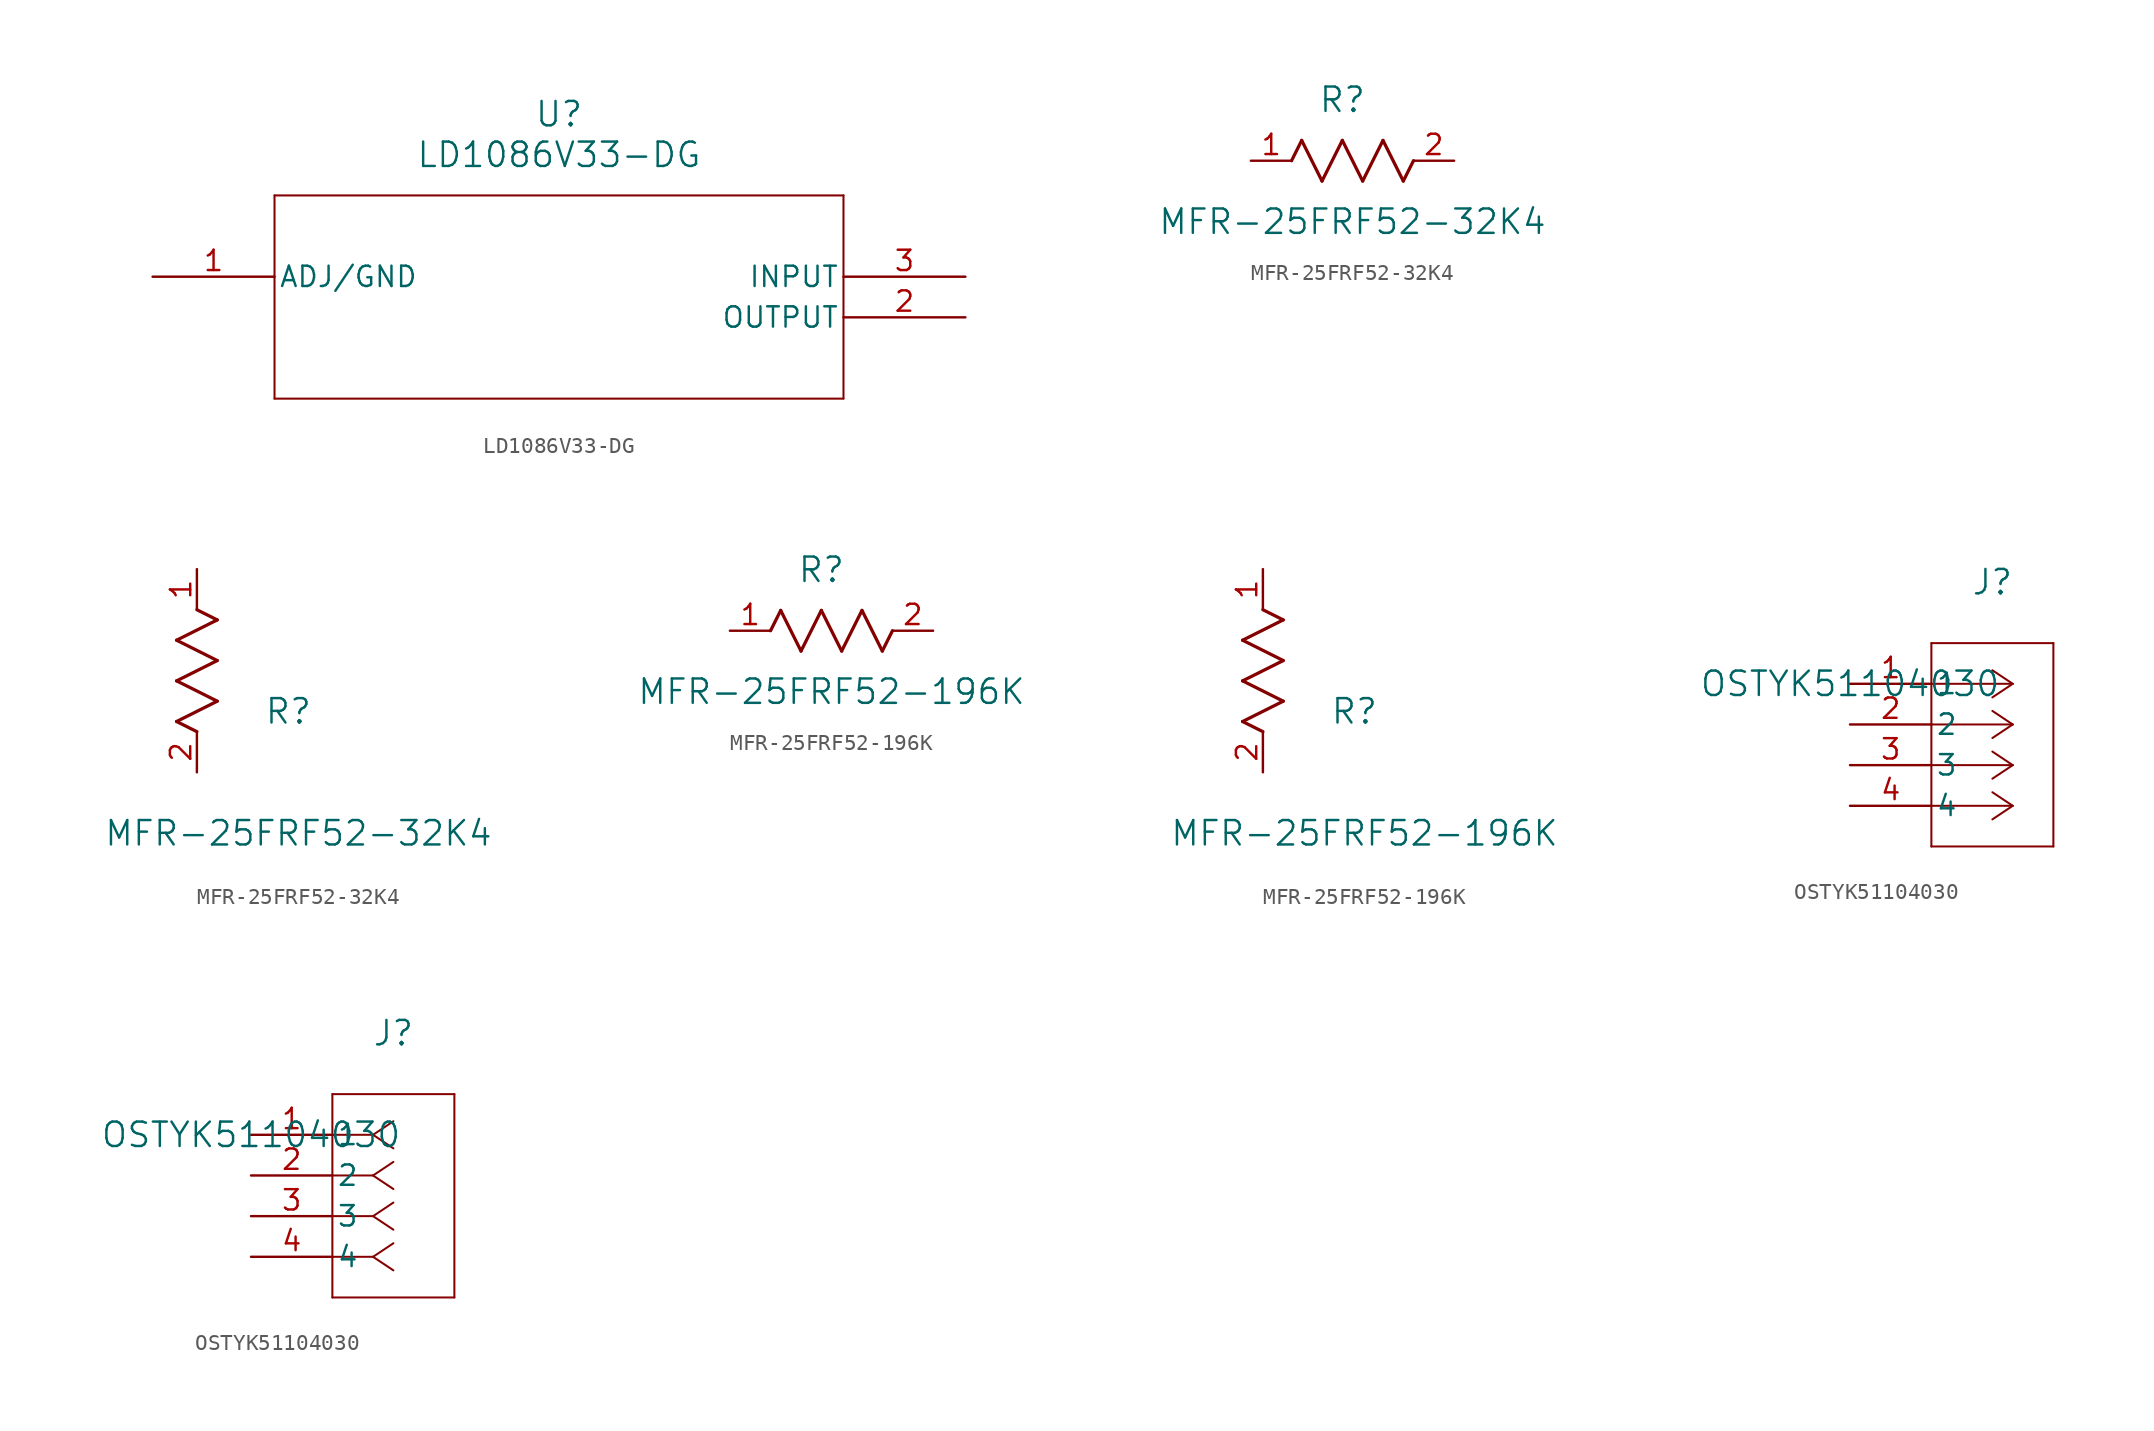
<source format=kicad_sym>
(kicad_symbol_lib
  (version 20211014)
  (generator kicad_symbol_editor)
  (symbol "LD1086V33-DG"
    (pin_names
      (offset 0.254))
    (property "Reference" "U"
      (at 25.4 10.16 0)
      (effects (font (size 1.524 1.524))))
    (property "Value" "LD1086V33-DG"
      (at 25.4 7.62 0)
      (effects (font (size 1.524 1.524))))
    (symbol "LD1086V33-DG_0_1"
      (polyline (pts (xy 7.62 5.08) (xy 7.62 -7.62)) (stroke (width 0.127) (type default) (color 0 0 0 0)) (fill (type none)))
      (polyline (pts (xy 7.62 -7.62) (xy 43.18 -7.62)) (stroke (width 0.127) (type default) (color 0 0 0 0)) (fill (type none)))
      (polyline (pts (xy 43.18 -7.62) (xy 43.18 5.08)) (stroke (width 0.127) (type default) (color 0 0 0 0)) (fill (type none)))
      (polyline (pts (xy 43.18 5.08) (xy 7.62 5.08)) (stroke (width 0.127) (type default) (color 0 0 0 0)) (fill (type none)))
      (pin unspecified line (at 0 0 0) (length 7.62) (name "ADJ/GND" (effects (font (size 1.27 1.27)))) (number "1" (effects (font (size 1.27 1.27)))))
      (pin output line (at 50.8 -2.54 180) (length 7.62) (name "OUTPUT" (effects (font (size 1.27 1.27)))) (number "2" (effects (font (size 1.27 1.27)))))
      (pin input line (at 50.8 0 180) (length 7.62) (name "INPUT" (effects (font (size 1.27 1.27)))) (number "3" (effects (font (size 1.27 1.27)))))))
  (symbol "MFR-25FRF52-32K4"
    (pin_names
      (offset 0.254))
    (property "Reference" "R"
      (at 5.715 3.81 0)
      (effects (font (size 1.524 1.524))))
    (property "Value" "MFR-25FRF52-32K4"
      (at 6.35 -3.81 0)
      (effects (font (size 1.524 1.524))))
    (symbol "MFR-25FRF52-32K4_1_1"
      (polyline (pts (xy 3.175 1.27) (xy 4.445 -1.27)) (stroke (width 0.203) (type default) (color 0 0 0 0)) (fill (type none)))
      (polyline (pts (xy 4.445 -1.27) (xy 5.715 1.27)) (stroke (width 0.203) (type default) (color 0 0 0 0)) (fill (type none)))
      (polyline (pts (xy 5.715 1.27) (xy 6.985 -1.27)) (stroke (width 0.203) (type default) (color 0 0 0 0)) (fill (type none)))
      (polyline (pts (xy 6.985 -1.27) (xy 8.255 1.27)) (stroke (width 0.203) (type default) (color 0 0 0 0)) (fill (type none)))
      (polyline (pts (xy 8.255 1.27) (xy 9.525 -1.27)) (stroke (width 0.203) (type default) (color 0 0 0 0)) (fill (type none)))
      (polyline (pts (xy 2.54 0) (xy 3.175 1.27)) (stroke (width 0.203) (type default) (color 0 0 0 0)) (fill (type none)))
      (polyline (pts (xy 9.525 -1.27) (xy 10.16 0)) (stroke (width 0.203) (type default) (color 0 0 0 0)) (fill (type none)))
      (pin unspecified line (at 0 0 0) (length 2.54) (name "" (effects (font (size 1.27 1.27)))) (number "1" (effects (font (size 1.27 1.27)))))
      (pin unspecified line (at 12.7 0 180) (length 2.54) (name "" (effects (font (size 1.27 1.27)))) (number "2" (effects (font (size 1.27 1.27))))))
    (symbol "MFR-25FRF52-32K4_1_2"
      (polyline (pts (xy 0 2.54) (xy -1.27 3.175)) (stroke (width 0.203) (type default) (color 0 0 0 0)) (fill (type none)))
      (polyline (pts (xy -1.27 3.175) (xy 1.27 4.445)) (stroke (width 0.203) (type default) (color 0 0 0 0)) (fill (type none)))
      (polyline (pts (xy 1.27 4.445) (xy -1.27 5.715)) (stroke (width 0.203) (type default) (color 0 0 0 0)) (fill (type none)))
      (polyline (pts (xy -1.27 5.715) (xy 1.27 6.985)) (stroke (width 0.203) (type default) (color 0 0 0 0)) (fill (type none)))
      (polyline (pts (xy -1.27 8.255) (xy 1.27 9.525)) (stroke (width 0.203) (type default) (color 0 0 0 0)) (fill (type none)))
      (polyline (pts (xy 1.27 9.525) (xy 0 10.16)) (stroke (width 0.203) (type default) (color 0 0 0 0)) (fill (type none)))
      (polyline (pts (xy 1.27 6.985) (xy -1.27 8.255)) (stroke (width 0.203) (type default) (color 0 0 0 0)) (fill (type none)))
      (pin unspecified line (at 0 12.7 270) (length 2.54) (name "" (effects (font (size 1.27 1.27)))) (number "1" (effects (font (size 1.27 1.27)))))
      (pin unspecified line (at 0 0 90) (length 2.54) (name "" (effects (font (size 1.27 1.27)))) (number "2" (effects (font (size 1.27 1.27)))))))
  (symbol "MFR-25FRF52-196K"
    (pin_names
      (offset 0.254))
    (property "Reference" "R"
      (at 5.715 3.81 0)
      (effects (font (size 1.524 1.524))))
    (property "Value" "MFR-25FRF52-196K"
      (at 6.35 -3.81 0)
      (effects (font (size 1.524 1.524))))
    (symbol "MFR-25FRF52-196K_1_1"
      (polyline (pts (xy 3.175 1.27) (xy 4.445 -1.27)) (stroke (width 0.203) (type default) (color 0 0 0 0)) (fill (type none)))
      (polyline (pts (xy 4.445 -1.27) (xy 5.715 1.27)) (stroke (width 0.203) (type default) (color 0 0 0 0)) (fill (type none)))
      (polyline (pts (xy 5.715 1.27) (xy 6.985 -1.27)) (stroke (width 0.203) (type default) (color 0 0 0 0)) (fill (type none)))
      (polyline (pts (xy 6.985 -1.27) (xy 8.255 1.27)) (stroke (width 0.203) (type default) (color 0 0 0 0)) (fill (type none)))
      (polyline (pts (xy 8.255 1.27) (xy 9.525 -1.27)) (stroke (width 0.203) (type default) (color 0 0 0 0)) (fill (type none)))
      (polyline (pts (xy 2.54 0) (xy 3.175 1.27)) (stroke (width 0.203) (type default) (color 0 0 0 0)) (fill (type none)))
      (polyline (pts (xy 9.525 -1.27) (xy 10.16 0)) (stroke (width 0.203) (type default) (color 0 0 0 0)) (fill (type none)))
      (pin unspecified line (at 0 0 0) (length 2.54) (name "" (effects (font (size 1.27 1.27)))) (number "1" (effects (font (size 1.27 1.27)))))
      (pin unspecified line (at 12.7 0 180) (length 2.54) (name "" (effects (font (size 1.27 1.27)))) (number "2" (effects (font (size 1.27 1.27))))))
    (symbol "MFR-25FRF52-196K_1_2"
      (polyline (pts (xy 0 2.54) (xy -1.27 3.175)) (stroke (width 0.203) (type default) (color 0 0 0 0)) (fill (type none)))
      (polyline (pts (xy -1.27 3.175) (xy 1.27 4.445)) (stroke (width 0.203) (type default) (color 0 0 0 0)) (fill (type none)))
      (polyline (pts (xy 1.27 4.445) (xy -1.27 5.715)) (stroke (width 0.203) (type default) (color 0 0 0 0)) (fill (type none)))
      (polyline (pts (xy -1.27 5.715) (xy 1.27 6.985)) (stroke (width 0.203) (type default) (color 0 0 0 0)) (fill (type none)))
      (polyline (pts (xy -1.27 8.255) (xy 1.27 9.525)) (stroke (width 0.203) (type default) (color 0 0 0 0)) (fill (type none)))
      (polyline (pts (xy 1.27 9.525) (xy 0 10.16)) (stroke (width 0.203) (type default) (color 0 0 0 0)) (fill (type none)))
      (polyline (pts (xy 1.27 6.985) (xy -1.27 8.255)) (stroke (width 0.203) (type default) (color 0 0 0 0)) (fill (type none)))
      (pin unspecified line (at 0 12.7 270) (length 2.54) (name "" (effects (font (size 1.27 1.27)))) (number "1" (effects (font (size 1.27 1.27)))))
      (pin unspecified line (at 0 0 90) (length 2.54) (name "" (effects (font (size 1.27 1.27)))) (number "2" (effects (font (size 1.27 1.27)))))))
  (symbol "OSTYK51104030"
    (pin_names
      (offset 0.254))
    (property "Reference" "J"
      (at 8.89 6.35 0)
      (effects (font (size 1.524 1.524))))
    (property "Value" "OSTYK51104030"
      (at 0 0 0)
      (effects (font (size 1.524 1.524))))
    (symbol "OSTYK51104030_1_1"
      (polyline (pts (xy 10.16 0) (xy 5.08 0)) (stroke (width 0.127) (type default) (color 0 0 0 0)) (fill (type none)))
      (polyline (pts (xy 10.16 -2.54) (xy 5.08 -2.54)) (stroke (width 0.127) (type default) (color 0 0 0 0)) (fill (type none)))
      (polyline (pts (xy 10.16 -5.08) (xy 5.08 -5.08)) (stroke (width 0.127) (type default) (color 0 0 0 0)) (fill (type none)))
      (polyline (pts (xy 10.16 -7.62) (xy 5.08 -7.62)) (stroke (width 0.127) (type default) (color 0 0 0 0)) (fill (type none)))
      (polyline (pts (xy 10.16 0) (xy 8.89 0.847)) (stroke (width 0.127) (type default) (color 0 0 0 0)) (fill (type none)))
      (polyline (pts (xy 10.16 -2.54) (xy 8.89 -1.693)) (stroke (width 0.127) (type default) (color 0 0 0 0)) (fill (type none)))
      (polyline (pts (xy 10.16 -5.08) (xy 8.89 -4.233)) (stroke (width 0.127) (type default) (color 0 0 0 0)) (fill (type none)))
      (polyline (pts (xy 10.16 -7.62) (xy 8.89 -6.773)) (stroke (width 0.127) (type default) (color 0 0 0 0)) (fill (type none)))
      (polyline (pts (xy 10.16 0) (xy 8.89 -0.847)) (stroke (width 0.127) (type default) (color 0 0 0 0)) (fill (type none)))
      (polyline (pts (xy 10.16 -2.54) (xy 8.89 -3.387)) (stroke (width 0.127) (type default) (color 0 0 0 0)) (fill (type none)))
      (polyline (pts (xy 10.16 -5.08) (xy 8.89 -5.927)) (stroke (width 0.127) (type default) (color 0 0 0 0)) (fill (type none)))
      (polyline (pts (xy 10.16 -7.62) (xy 8.89 -8.467)) (stroke (width 0.127) (type default) (color 0 0 0 0)) (fill (type none)))
      (polyline (pts (xy 5.08 2.54) (xy 5.08 -10.16)) (stroke (width 0.127) (type default) (color 0 0 0 0)) (fill (type none)))
      (polyline (pts (xy 5.08 -10.16) (xy 12.7 -10.16)) (stroke (width 0.127) (type default) (color 0 0 0 0)) (fill (type none)))
      (polyline (pts (xy 12.7 -10.16) (xy 12.7 2.54)) (stroke (width 0.127) (type default) (color 0 0 0 0)) (fill (type none)))
      (polyline (pts (xy 12.7 2.54) (xy 5.08 2.54)) (stroke (width 0.127) (type default) (color 0 0 0 0)) (fill (type none)))
      (pin unspecified line (at 0 0 0) (length 5.08) (name "1" (effects (font (size 1.27 1.27)))) (number "1" (effects (font (size 1.27 1.27)))))
      (pin unspecified line (at 0 -2.54 0) (length 5.08) (name "2" (effects (font (size 1.27 1.27)))) (number "2" (effects (font (size 1.27 1.27)))))
      (pin unspecified line (at 0 -5.08 0) (length 5.08) (name "3" (effects (font (size 1.27 1.27)))) (number "3" (effects (font (size 1.27 1.27)))))
      (pin unspecified line (at 0 -7.62 0) (length 5.08) (name "4" (effects (font (size 1.27 1.27)))) (number "4" (effects (font (size 1.27 1.27))))))
    (symbol "OSTYK51104030_1_2"
      (polyline (pts (xy 7.62 0) (xy 5.08 0)) (stroke (width 0.127) (type default) (color 0 0 0 0)) (fill (type none)))
      (polyline (pts (xy 7.62 -2.54) (xy 5.08 -2.54)) (stroke (width 0.127) (type default) (color 0 0 0 0)) (fill (type none)))
      (polyline (pts (xy 7.62 -5.08) (xy 5.08 -5.08)) (stroke (width 0.127) (type default) (color 0 0 0 0)) (fill (type none)))
      (polyline (pts (xy 7.62 -7.62) (xy 5.08 -7.62)) (stroke (width 0.127) (type default) (color 0 0 0 0)) (fill (type none)))
      (polyline (pts (xy 7.62 0) (xy 8.89 0.847)) (stroke (width 0.127) (type default) (color 0 0 0 0)) (fill (type none)))
      (polyline (pts (xy 7.62 -2.54) (xy 8.89 -1.693)) (stroke (width 0.127) (type default) (color 0 0 0 0)) (fill (type none)))
      (polyline (pts (xy 7.62 -5.08) (xy 8.89 -4.233)) (stroke (width 0.127) (type default) (color 0 0 0 0)) (fill (type none)))
      (polyline (pts (xy 7.62 -7.62) (xy 8.89 -6.773)) (stroke (width 0.127) (type default) (color 0 0 0 0)) (fill (type none)))
      (polyline (pts (xy 7.62 0) (xy 8.89 -0.847)) (stroke (width 0.127) (type default) (color 0 0 0 0)) (fill (type none)))
      (polyline (pts (xy 7.62 -2.54) (xy 8.89 -3.387)) (stroke (width 0.127) (type default) (color 0 0 0 0)) (fill (type none)))
      (polyline (pts (xy 7.62 -5.08) (xy 8.89 -5.927)) (stroke (width 0.127) (type default) (color 0 0 0 0)) (fill (type none)))
      (polyline (pts (xy 7.62 -7.62) (xy 8.89 -8.467)) (stroke (width 0.127) (type default) (color 0 0 0 0)) (fill (type none)))
      (polyline (pts (xy 5.08 2.54) (xy 5.08 -10.16)) (stroke (width 0.127) (type default) (color 0 0 0 0)) (fill (type none)))
      (polyline (pts (xy 5.08 -10.16) (xy 12.7 -10.16)) (stroke (width 0.127) (type default) (color 0 0 0 0)) (fill (type none)))
      (polyline (pts (xy 12.7 -10.16) (xy 12.7 2.54)) (stroke (width 0.127) (type default) (color 0 0 0 0)) (fill (type none)))
      (polyline (pts (xy 12.7 2.54) (xy 5.08 2.54)) (stroke (width 0.127) (type default) (color 0 0 0 0)) (fill (type none)))
      (pin unspecified line (at 0 0 0) (length 5.08) (name "1" (effects (font (size 1.27 1.27)))) (number "1" (effects (font (size 1.27 1.27)))))
      (pin unspecified line (at 0 -2.54 0) (length 5.08) (name "2" (effects (font (size 1.27 1.27)))) (number "2" (effects (font (size 1.27 1.27)))))
      (pin unspecified line (at 0 -5.08 0) (length 5.08) (name "3" (effects (font (size 1.27 1.27)))) (number "3" (effects (font (size 1.27 1.27)))))
      (pin unspecified line (at 0 -7.62 0) (length 5.08) (name "4" (effects (font (size 1.27 1.27)))) (number "4" (effects (font (size 1.27 1.27))))))))
</source>
